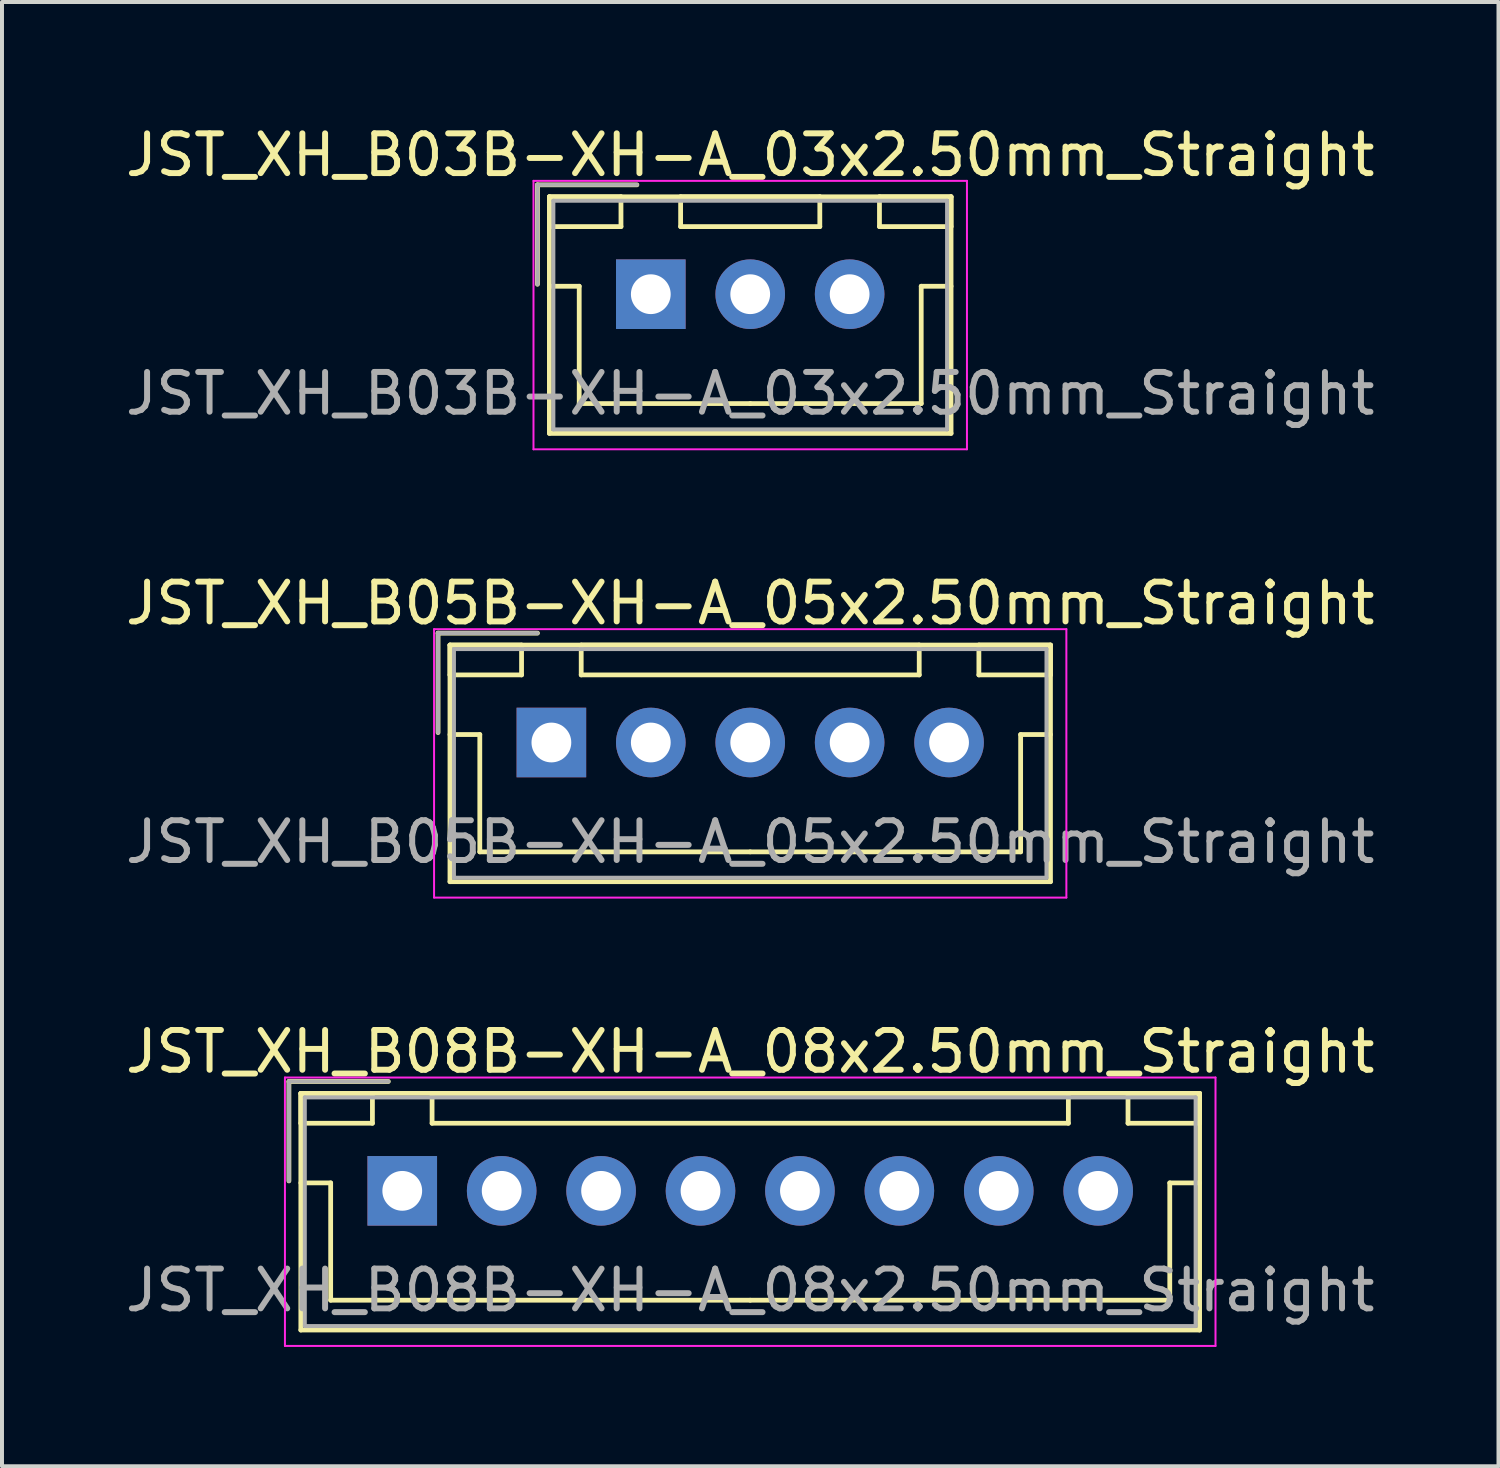
<source format=kicad_pcb>
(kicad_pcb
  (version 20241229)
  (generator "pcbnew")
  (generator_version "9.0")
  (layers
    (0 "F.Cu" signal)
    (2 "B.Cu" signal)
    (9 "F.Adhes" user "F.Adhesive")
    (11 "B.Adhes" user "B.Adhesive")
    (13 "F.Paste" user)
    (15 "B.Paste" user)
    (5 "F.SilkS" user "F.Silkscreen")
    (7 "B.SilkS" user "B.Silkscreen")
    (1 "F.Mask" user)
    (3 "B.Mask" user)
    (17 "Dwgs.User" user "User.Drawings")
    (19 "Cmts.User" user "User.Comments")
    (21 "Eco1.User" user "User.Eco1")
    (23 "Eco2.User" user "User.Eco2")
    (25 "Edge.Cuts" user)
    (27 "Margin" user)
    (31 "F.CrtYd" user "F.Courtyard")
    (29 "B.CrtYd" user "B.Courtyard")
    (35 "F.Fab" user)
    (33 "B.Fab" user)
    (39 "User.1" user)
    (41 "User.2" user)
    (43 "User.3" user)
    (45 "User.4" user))
  (footprint "JST_XH_B05B-XH-A_05x2.50mm_Straight"
    (layer "F.Cu")
    (at 10.815 15.621)
    (property "Reference" "JST_XH_B05B-XH-A_05x2.50mm_Straight" (at 5 -3.5 0) (layer "F.SilkS") (effects (font (size 1 1) (thickness 0.15))))
    (attr through_hole)
    (fp_line (start -2.85 -2.75) (end -2.85 -0.25) (stroke (width 0.12) (type solid)) (layer "F.SilkS"))
    (fp_line (start -2.55 -2.45) (end -2.55 -1.7) (stroke (width 0.12) (type solid)) (layer "F.SilkS"))
    (fp_line (start -2.55 -2.45) (end -2.55 3.5) (stroke (width 0.12) (type solid)) (layer "F.SilkS"))
    (fp_line (start -2.55 -1.7) (end -0.75 -1.7) (stroke (width 0.12) (type solid)) (layer "F.SilkS"))
    (fp_line (start -2.55 -0.2) (end -1.8 -0.2) (stroke (width 0.12) (type solid)) (layer "F.SilkS"))
    (fp_line (start -2.55 3.5) (end 12.55 3.5) (stroke (width 0.12) (type solid)) (layer "F.SilkS"))
    (fp_line (start -1.8 -0.2) (end -1.8 2.75) (stroke (width 0.12) (type solid)) (layer "F.SilkS"))
    (fp_line (start -1.8 2.75) (end 5 2.75) (stroke (width 0.12) (type solid)) (layer "F.SilkS"))
    (fp_line (start -0.75 -2.45) (end -2.55 -2.45) (stroke (width 0.12) (type solid)) (layer "F.SilkS"))
    (fp_line (start -0.75 -1.7) (end -0.75 -2.45) (stroke (width 0.12) (type solid)) (layer "F.SilkS"))
    (fp_line (start -0.35 -2.75) (end -2.85 -2.75) (stroke (width 0.12) (type solid)) (layer "F.SilkS"))
    (fp_line (start 0.75 -2.45) (end 0.75 -1.7) (stroke (width 0.12) (type solid)) (layer "F.SilkS"))
    (fp_line (start 0.75 -1.7) (end 9.25 -1.7) (stroke (width 0.12) (type solid)) (layer "F.SilkS"))
    (fp_line (start 9.25 -2.45) (end 0.75 -2.45) (stroke (width 0.12) (type solid)) (layer "F.SilkS"))
    (fp_line (start 9.25 -1.7) (end 9.25 -2.45) (stroke (width 0.12) (type solid)) (layer "F.SilkS"))
    (fp_line (start 10.75 -2.45) (end 10.75 -1.7) (stroke (width 0.12) (type solid)) (layer "F.SilkS"))
    (fp_line (start 10.75 -1.7) (end 12.55 -1.7) (stroke (width 0.12) (type solid)) (layer "F.SilkS"))
    (fp_line (start 11.8 -0.2) (end 11.8 2.75) (stroke (width 0.12) (type solid)) (layer "F.SilkS"))
    (fp_line (start 11.8 2.75) (end 5 2.75) (stroke (width 0.12) (type solid)) (layer "F.SilkS"))
    (fp_line (start 12.55 -2.45) (end -2.55 -2.45) (stroke (width 0.12) (type solid)) (layer "F.SilkS"))
    (fp_line (start 12.55 -2.45) (end 10.75 -2.45) (stroke (width 0.12) (type solid)) (layer "F.SilkS"))
    (fp_line (start 12.55 -1.7) (end 12.55 -2.45) (stroke (width 0.12) (type solid)) (layer "F.SilkS"))
    (fp_line (start 12.55 -0.2) (end 11.8 -0.2) (stroke (width 0.12) (type solid)) (layer "F.SilkS"))
    (fp_line (start 12.55 3.5) (end 12.55 -2.45) (stroke (width 0.12) (type solid)) (layer "F.SilkS"))
    (fp_line (start -2.95 -2.85) (end -2.95 3.9) (stroke (width 0.05) (type solid)) (layer "F.CrtYd"))
    (fp_line (start -2.95 3.9) (end 12.95 3.9) (stroke (width 0.05) (type solid)) (layer "F.CrtYd"))
    (fp_line (start 12.95 -2.85) (end -2.95 -2.85) (stroke (width 0.05) (type solid)) (layer "F.CrtYd"))
    (fp_line (start 12.95 3.9) (end 12.95 -2.85) (stroke (width 0.05) (type solid)) (layer "F.CrtYd"))
    (fp_line (start -2.85 -2.75) (end -2.85 -0.25) (stroke (width 0.1) (type solid)) (layer "F.Fab"))
    (fp_line (start -2.45 -2.35) (end -2.45 3.4) (stroke (width 0.1) (type solid)) (layer "F.Fab"))
    (fp_line (start -2.45 3.4) (end 12.45 3.4) (stroke (width 0.1) (type solid)) (layer "F.Fab"))
    (fp_line (start -0.35 -2.75) (end -2.85 -2.75) (stroke (width 0.1) (type solid)) (layer "F.Fab"))
    (fp_line (start 12.45 -2.35) (end -2.45 -2.35) (stroke (width 0.1) (type solid)) (layer "F.Fab"))
    (fp_line (start 12.45 3.4) (end 12.45 -2.35) (stroke (width 0.1) (type solid)) (layer "F.Fab"))
    (fp_text user "${REFERENCE}" (at 5 2.5 0) (layer "F.Fab") (effects (font (size 1 1) (thickness 0.15))))
    (pad "1" thru_hole rect (at 0 0) (size 1.75 1.75) (drill 1) (layers "*.Cu" "*.Mask"))
    (pad "2" thru_hole circle (at 2.5 0) (size 1.75 1.75) (drill 1) (layers "*.Cu" "*.Mask"))
    (pad "3" thru_hole circle (at 5 0) (size 1.75 1.75) (drill 1) (layers "*.Cu" "*.Mask"))
    (pad "4" thru_hole circle (at 7.5 0) (size 1.75 1.75) (drill 1) (layers "*.Cu" "*.Mask"))
    (pad "5" thru_hole circle (at 10 0) (size 1.75 1.75) (drill 1) (layers "*.Cu" "*.Mask")))
  (footprint "JST_XH_B08B-XH-A_08x2.50mm_Straight"
    (layer "F.Cu")
    (at 7.065 26.895)
    (property "Reference" "JST_XH_B08B-XH-A_08x2.50mm_Straight" (at 8.75 -3.5 0) (layer "F.SilkS") (effects (font (size 1 1) (thickness 0.15))))
    (attr through_hole)
    (fp_line (start -2.85 -2.75) (end -2.85 -0.25) (stroke (width 0.12) (type solid)) (layer "F.SilkS"))
    (fp_line (start -2.55 -2.45) (end -2.55 -1.7) (stroke (width 0.12) (type solid)) (layer "F.SilkS"))
    (fp_line (start -2.55 -2.45) (end -2.55 3.5) (stroke (width 0.12) (type solid)) (layer "F.SilkS"))
    (fp_line (start -2.55 -1.7) (end -0.75 -1.7) (stroke (width 0.12) (type solid)) (layer "F.SilkS"))
    (fp_line (start -2.55 -0.2) (end -1.8 -0.2) (stroke (width 0.12) (type solid)) (layer "F.SilkS"))
    (fp_line (start -2.55 3.5) (end 20.05 3.5) (stroke (width 0.12) (type solid)) (layer "F.SilkS"))
    (fp_line (start -1.8 -0.2) (end -1.8 2.75) (stroke (width 0.12) (type solid)) (layer "F.SilkS"))
    (fp_line (start -1.8 2.75) (end 8.75 2.75) (stroke (width 0.12) (type solid)) (layer "F.SilkS"))
    (fp_line (start -0.75 -2.45) (end -2.55 -2.45) (stroke (width 0.12) (type solid)) (layer "F.SilkS"))
    (fp_line (start -0.75 -1.7) (end -0.75 -2.45) (stroke (width 0.12) (type solid)) (layer "F.SilkS"))
    (fp_line (start -0.35 -2.75) (end -2.85 -2.75) (stroke (width 0.12) (type solid)) (layer "F.SilkS"))
    (fp_line (start 0.75 -2.45) (end 0.75 -1.7) (stroke (width 0.12) (type solid)) (layer "F.SilkS"))
    (fp_line (start 0.75 -1.7) (end 16.75 -1.7) (stroke (width 0.12) (type solid)) (layer "F.SilkS"))
    (fp_line (start 16.75 -2.45) (end 0.75 -2.45) (stroke (width 0.12) (type solid)) (layer "F.SilkS"))
    (fp_line (start 16.75 -1.7) (end 16.75 -2.45) (stroke (width 0.12) (type solid)) (layer "F.SilkS"))
    (fp_line (start 18.25 -2.45) (end 18.25 -1.7) (stroke (width 0.12) (type solid)) (layer "F.SilkS"))
    (fp_line (start 18.25 -1.7) (end 20.05 -1.7) (stroke (width 0.12) (type solid)) (layer "F.SilkS"))
    (fp_line (start 19.3 -0.2) (end 19.3 2.75) (stroke (width 0.12) (type solid)) (layer "F.SilkS"))
    (fp_line (start 19.3 2.75) (end 8.75 2.75) (stroke (width 0.12) (type solid)) (layer "F.SilkS"))
    (fp_line (start 20.05 -2.45) (end -2.55 -2.45) (stroke (width 0.12) (type solid)) (layer "F.SilkS"))
    (fp_line (start 20.05 -2.45) (end 18.25 -2.45) (stroke (width 0.12) (type solid)) (layer "F.SilkS"))
    (fp_line (start 20.05 -1.7) (end 20.05 -2.45) (stroke (width 0.12) (type solid)) (layer "F.SilkS"))
    (fp_line (start 20.05 -0.2) (end 19.3 -0.2) (stroke (width 0.12) (type solid)) (layer "F.SilkS"))
    (fp_line (start 20.05 3.5) (end 20.05 -2.45) (stroke (width 0.12) (type solid)) (layer "F.SilkS"))
    (fp_line (start -2.95 -2.85) (end -2.95 3.9) (stroke (width 0.05) (type solid)) (layer "F.CrtYd"))
    (fp_line (start -2.95 3.9) (end 20.45 3.9) (stroke (width 0.05) (type solid)) (layer "F.CrtYd"))
    (fp_line (start 20.45 -2.85) (end -2.95 -2.85) (stroke (width 0.05) (type solid)) (layer "F.CrtYd"))
    (fp_line (start 20.45 3.9) (end 20.45 -2.85) (stroke (width 0.05) (type solid)) (layer "F.CrtYd"))
    (fp_line (start -2.85 -2.75) (end -2.85 -0.25) (stroke (width 0.1) (type solid)) (layer "F.Fab"))
    (fp_line (start -2.45 -2.35) (end -2.45 3.4) (stroke (width 0.1) (type solid)) (layer "F.Fab"))
    (fp_line (start -2.45 3.4) (end 19.95 3.4) (stroke (width 0.1) (type solid)) (layer "F.Fab"))
    (fp_line (start -0.35 -2.75) (end -2.85 -2.75) (stroke (width 0.1) (type solid)) (layer "F.Fab"))
    (fp_line (start 19.95 -2.35) (end -2.45 -2.35) (stroke (width 0.1) (type solid)) (layer "F.Fab"))
    (fp_line (start 19.95 3.4) (end 19.95 -2.35) (stroke (width 0.1) (type solid)) (layer "F.Fab"))
    (fp_text user "${REFERENCE}" (at 8.75 2.5 0) (layer "F.Fab") (effects (font (size 1 1) (thickness 0.15))))
    (pad "1" thru_hole rect (at 0 0) (size 1.75 1.75) (drill 1) (layers "*.Cu" "*.Mask"))
    (pad "2" thru_hole circle (at 2.5 0) (size 1.75 1.75) (drill 1) (layers "*.Cu" "*.Mask"))
    (pad "3" thru_hole circle (at 5 0) (size 1.75 1.75) (drill 1) (layers "*.Cu" "*.Mask"))
    (pad "4" thru_hole circle (at 7.5 0) (size 1.75 1.75) (drill 1) (layers "*.Cu" "*.Mask"))
    (pad "5" thru_hole circle (at 10 0) (size 1.75 1.75) (drill 1) (layers "*.Cu" "*.Mask"))
    (pad "6" thru_hole circle (at 12.5 0) (size 1.75 1.75) (drill 1) (layers "*.Cu" "*.Mask"))
    (pad "7" thru_hole circle (at 15 0) (size 1.75 1.75) (drill 1) (layers "*.Cu" "*.Mask"))
    (pad "8" thru_hole circle (at 17.5 0) (size 1.75 1.75) (drill 1) (layers "*.Cu" "*.Mask")))
  (footprint "JST_XH_B03B-XH-A_03x2.50mm_Straight"
    (layer "F.Cu")
    (at 13.315 4.348)
    (property "Reference" "JST_XH_B03B-XH-A_03x2.50mm_Straight" (at 2.5 -3.5 0) (layer "F.SilkS") (effects (font (size 1 1) (thickness 0.15))))
    (attr through_hole)
    (fp_line (start -2.85 -2.75) (end -2.85 -0.25) (stroke (width 0.12) (type solid)) (layer "F.SilkS"))
    (fp_line (start -2.55 -2.45) (end -2.55 -1.7) (stroke (width 0.12) (type solid)) (layer "F.SilkS"))
    (fp_line (start -2.55 -2.45) (end -2.55 3.5) (stroke (width 0.12) (type solid)) (layer "F.SilkS"))
    (fp_line (start -2.55 -1.7) (end -0.75 -1.7) (stroke (width 0.12) (type solid)) (layer "F.SilkS"))
    (fp_line (start -2.55 -0.2) (end -1.8 -0.2) (stroke (width 0.12) (type solid)) (layer "F.SilkS"))
    (fp_line (start -2.55 3.5) (end 7.55 3.5) (stroke (width 0.12) (type solid)) (layer "F.SilkS"))
    (fp_line (start -1.8 -0.2) (end -1.8 2.75) (stroke (width 0.12) (type solid)) (layer "F.SilkS"))
    (fp_line (start -1.8 2.75) (end 2.5 2.75) (stroke (width 0.12) (type solid)) (layer "F.SilkS"))
    (fp_line (start -0.75 -2.45) (end -2.55 -2.45) (stroke (width 0.12) (type solid)) (layer "F.SilkS"))
    (fp_line (start -0.75 -1.7) (end -0.75 -2.45) (stroke (width 0.12) (type solid)) (layer "F.SilkS"))
    (fp_line (start -0.35 -2.75) (end -2.85 -2.75) (stroke (width 0.12) (type solid)) (layer "F.SilkS"))
    (fp_line (start 0.75 -2.45) (end 0.75 -1.7) (stroke (width 0.12) (type solid)) (layer "F.SilkS"))
    (fp_line (start 0.75 -1.7) (end 4.25 -1.7) (stroke (width 0.12) (type solid)) (layer "F.SilkS"))
    (fp_line (start 4.25 -2.45) (end 0.75 -2.45) (stroke (width 0.12) (type solid)) (layer "F.SilkS"))
    (fp_line (start 4.25 -1.7) (end 4.25 -2.45) (stroke (width 0.12) (type solid)) (layer "F.SilkS"))
    (fp_line (start 5.75 -2.45) (end 5.75 -1.7) (stroke (width 0.12) (type solid)) (layer "F.SilkS"))
    (fp_line (start 5.75 -1.7) (end 7.55 -1.7) (stroke (width 0.12) (type solid)) (layer "F.SilkS"))
    (fp_line (start 6.8 -0.2) (end 6.8 2.75) (stroke (width 0.12) (type solid)) (layer "F.SilkS"))
    (fp_line (start 6.8 2.75) (end 2.5 2.75) (stroke (width 0.12) (type solid)) (layer "F.SilkS"))
    (fp_line (start 7.55 -2.45) (end -2.55 -2.45) (stroke (width 0.12) (type solid)) (layer "F.SilkS"))
    (fp_line (start 7.55 -2.45) (end 5.75 -2.45) (stroke (width 0.12) (type solid)) (layer "F.SilkS"))
    (fp_line (start 7.55 -1.7) (end 7.55 -2.45) (stroke (width 0.12) (type solid)) (layer "F.SilkS"))
    (fp_line (start 7.55 -0.2) (end 6.8 -0.2) (stroke (width 0.12) (type solid)) (layer "F.SilkS"))
    (fp_line (start 7.55 3.5) (end 7.55 -2.45) (stroke (width 0.12) (type solid)) (layer "F.SilkS"))
    (fp_line (start -2.95 -2.85) (end -2.95 3.9) (stroke (width 0.05) (type solid)) (layer "F.CrtYd"))
    (fp_line (start -2.95 3.9) (end 7.95 3.9) (stroke (width 0.05) (type solid)) (layer "F.CrtYd"))
    (fp_line (start 7.95 -2.85) (end -2.95 -2.85) (stroke (width 0.05) (type solid)) (layer "F.CrtYd"))
    (fp_line (start 7.95 3.9) (end 7.95 -2.85) (stroke (width 0.05) (type solid)) (layer "F.CrtYd"))
    (fp_line (start -2.85 -2.75) (end -2.85 -0.25) (stroke (width 0.1) (type solid)) (layer "F.Fab"))
    (fp_line (start -2.45 -2.35) (end -2.45 3.4) (stroke (width 0.1) (type solid)) (layer "F.Fab"))
    (fp_line (start -2.45 3.4) (end 7.45 3.4) (stroke (width 0.1) (type solid)) (layer "F.Fab"))
    (fp_line (start -0.35 -2.75) (end -2.85 -2.75) (stroke (width 0.1) (type solid)) (layer "F.Fab"))
    (fp_line (start 7.45 -2.35) (end -2.45 -2.35) (stroke (width 0.1) (type solid)) (layer "F.Fab"))
    (fp_line (start 7.45 3.4) (end 7.45 -2.35) (stroke (width 0.1) (type solid)) (layer "F.Fab"))
    (fp_text user "${REFERENCE}" (at 2.5 2.5 0) (layer "F.Fab") (effects (font (size 1 1) (thickness 0.15))))
    (pad "1" thru_hole rect (at 0 0) (size 1.75 1.75) (drill 1) (layers "*.Cu" "*.Mask"))
    (pad "2" thru_hole circle (at 2.5 0) (size 1.75 1.75) (drill 1) (layers "*.Cu" "*.Mask"))
    (pad "3" thru_hole circle (at 5 0) (size 1.75 1.75) (drill 1) (layers "*.Cu" "*.Mask")))
  (gr_rect
    (start -3 -3)
    (end 34.631 33.82)
    (stroke (width 0.1) (type default))
    (fill no)
    (layer "Edge.Cuts")))
</source>
